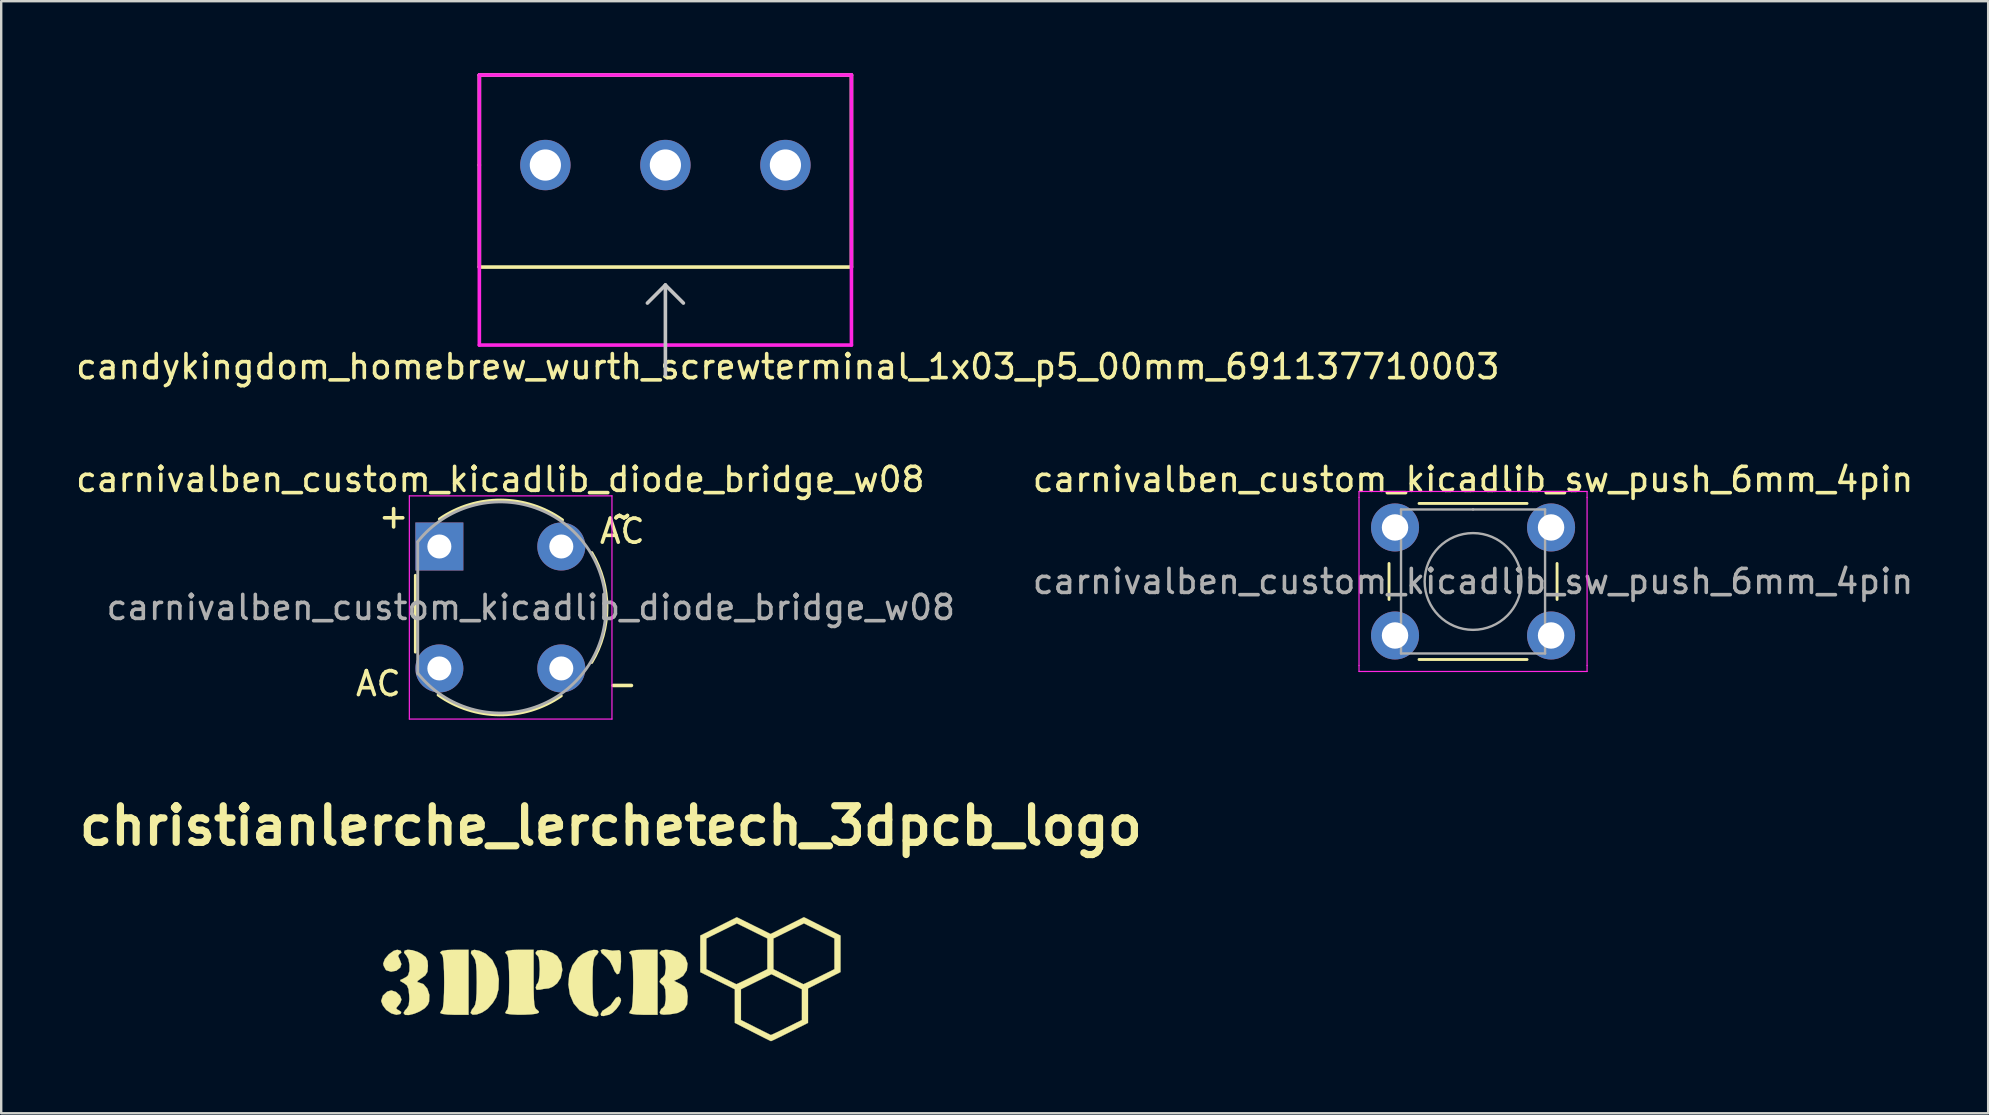
<source format=kicad_pcb>
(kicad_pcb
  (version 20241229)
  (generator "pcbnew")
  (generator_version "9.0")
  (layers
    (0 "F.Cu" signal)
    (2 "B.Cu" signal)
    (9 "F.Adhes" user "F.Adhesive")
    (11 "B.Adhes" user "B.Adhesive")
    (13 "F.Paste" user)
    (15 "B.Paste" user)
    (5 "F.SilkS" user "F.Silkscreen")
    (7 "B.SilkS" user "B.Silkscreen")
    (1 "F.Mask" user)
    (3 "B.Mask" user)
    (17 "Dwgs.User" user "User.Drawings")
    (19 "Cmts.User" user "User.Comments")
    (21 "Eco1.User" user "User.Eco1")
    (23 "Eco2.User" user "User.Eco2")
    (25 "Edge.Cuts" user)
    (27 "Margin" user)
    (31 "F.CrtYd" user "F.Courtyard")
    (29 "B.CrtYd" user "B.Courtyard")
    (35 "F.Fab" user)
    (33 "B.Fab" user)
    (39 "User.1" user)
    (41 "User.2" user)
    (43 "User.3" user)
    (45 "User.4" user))
  (footprint "christianlerche_lerchetech_3dpcb_logo"
    (layer "F.Cu")
    (at 22.396 37.699)
    (property "Reference" "christianlerche_lerchetech_3dpcb_logo" (at 0 -6.35 0) (layer "F.SilkS") (effects (font (size 1.524 1.524) (thickness 0.3))))
    (attr through_hole)
    (fp_poly (pts (xy -8.752 -1.145) (xy -8.727 -1.062) (xy -8.817 -0.998) (xy -8.863 -0.925) (xy -8.796 -0.779) (xy -8.725 -0.589) (xy -8.772 -0.444) (xy -8.936 -0.313) (xy -9.157 -0.271) (xy -9.352 -0.33) (xy -9.377 -0.352) (xy -9.469 -0.525) (xy -9.483 -0.613) (xy -9.414 -0.802) (xy -9.248 -0.998) (xy -9.043 -1.144) (xy -8.894 -1.185) (xy -8.752 -1.145)) (stroke (width 0.01) (type solid)) (fill yes) (layer "F.SilkS"))
    (fp_poly (pts (xy 0.413 0.852) (xy 0.423 0.935) (xy 0.367 1.09) (xy 0.231 1.278) (xy 0.067 1.442) (xy -0.075 1.523) (xy -0.09 1.524) (xy -0.219 1.551) (xy -0.289 1.575) (xy -0.402 1.567) (xy -0.423 1.489) (xy -0.352 1.359) (xy -0.211 1.27) (xy -0.013 1.131) (xy 0.099 0.975) (xy 0.216 0.812) (xy 0.335 0.769) (xy 0.413 0.852)) (stroke (width 0.01) (type solid)) (fill yes) (layer "F.SilkS"))
    (fp_poly (pts (xy -0.173 -1.186) (xy 0.066 -1.148) (xy 0.25 -1.16) (xy 0.345 -1.171) (xy 0.397 -1.118) (xy 0.419 -0.965) (xy 0.423 -0.687) (xy 0.401 -0.368) (xy 0.341 -0.191) (xy 0.254 -0.165) (xy 0.153 -0.296) (xy 0.084 -0.469) (xy -0.039 -0.709) (xy -0.204 -0.891) (xy -0.219 -0.902) (xy -0.39 -1.051) (xy -0.424 -1.163) (xy -0.327 -1.211) (xy -0.173 -1.186)) (stroke (width 0.01) (type solid)) (fill yes) (layer "F.SilkS"))
    (fp_poly (pts (xy -8.949 0.572) (xy -8.785 0.723) (xy -8.721 0.889) (xy -8.776 1.038) (xy -8.854 1.137) (xy -8.943 1.245) (xy -8.903 1.301) (xy -8.854 1.322) (xy -8.731 1.408) (xy -8.76 1.488) (xy -8.927 1.524) (xy -8.936 1.524) (xy -9.144 1.465) (xy -9.352 1.324) (xy -9.36 1.316) (xy -9.502 1.127) (xy -9.567 0.951) (xy -9.567 0.941) (xy -9.495 0.722) (xy -9.319 0.558) (xy -9.144 0.508) (xy -8.949 0.572)) (stroke (width 0.01) (type solid)) (fill yes) (layer "F.SilkS"))
    (fp_poly (pts (xy -5.927 1.524) (xy -6.519 1.524) (xy -6.811 1.514) (xy -7.023 1.486) (xy -7.112 1.448) (xy -7.112 1.444) (xy -7.05 1.33) (xy -7.027 1.312) (xy -6.993 1.209) (xy -6.966 0.964) (xy -6.949 0.605) (xy -6.943 0.169) (xy -6.949 -0.276) (xy -6.967 -0.633) (xy -6.994 -0.875) (xy -7.027 -0.974) (xy -7.117 -1.068) (xy -7.044 -1.136) (xy -6.813 -1.175) (xy -6.519 -1.185) (xy -5.927 -1.185) (xy -5.927 1.524)) (stroke (width 0.01) (type solid)) (fill yes) (layer "F.SilkS"))
    (fp_poly (pts (xy 1.947 1.524) (xy 1.355 1.524) (xy 1.063 1.514) (xy 0.851 1.486) (xy 0.762 1.448) (xy 0.762 1.444) (xy 0.824 1.33) (xy 0.847 1.312) (xy 0.881 1.209) (xy 0.908 0.964) (xy 0.925 0.605) (xy 0.931 0.169) (xy 0.925 -0.276) (xy 0.907 -0.633) (xy 0.88 -0.875) (xy 0.847 -0.974) (xy 0.757 -1.068) (xy 0.83 -1.136) (xy 1.061 -1.175) (xy 1.355 -1.185) (xy 1.947 -1.185) (xy 1.947 1.524)) (stroke (width 0.01) (type solid)) (fill yes) (layer "F.SilkS"))
    (fp_poly (pts (xy -2.664 -1.139) (xy -2.429 -1.053) (xy -2.236 -0.924) (xy -2.235 -0.924) (xy -2.07 -0.663) (xy -2.021 -0.34) (xy -2.088 -0.018) (xy -2.24 0.216) (xy -2.424 0.358) (xy -2.59 0.424) (xy -2.6 0.424) (xy -2.807 0.447) (xy -2.942 0.477) (xy -3.093 0.484) (xy -3.133 0.396) (xy -3.085 0.248) (xy -3.048 0.212) (xy -3.004 0.106) (xy -2.974 -0.119) (xy -2.963 -0.386) (xy -2.975 -0.672) (xy -3.007 -0.867) (xy -3.048 -0.931) (xy -3.121 -1.001) (xy -3.133 -1.069) (xy -3.064 -1.156) (xy -2.892 -1.176) (xy -2.664 -1.139)) (stroke (width 0.01) (type solid)) (fill yes) (layer "F.SilkS"))
    (fp_poly (pts (xy -0.569 -1.17) (xy -0.512 -1.103) (xy -0.578 -0.984) (xy -0.635 -0.931) (xy -0.692 -0.846) (xy -0.73 -0.686) (xy -0.752 -0.423) (xy -0.761 -0.029) (xy -0.762 0.169) (xy -0.757 0.623) (xy -0.741 0.934) (xy -0.71 1.132) (xy -0.66 1.244) (xy -0.635 1.27) (xy -0.531 1.409) (xy -0.517 1.54) (xy -0.597 1.602) (xy -0.614 1.601) (xy -0.768 1.573) (xy -0.964 1.521) (xy -1.301 1.34) (xy -1.55 1.048) (xy -1.707 0.679) (xy -1.77 0.269) (xy -1.736 -0.148) (xy -1.602 -0.536) (xy -1.365 -0.861) (xy -1.169 -1.014) (xy -0.928 -1.13) (xy -0.717 -1.18) (xy -0.569 -1.17)) (stroke (width 0.01) (type solid)) (fill yes) (layer "F.SilkS"))
    (fp_poly (pts (xy -5.482 -1.146) (xy -5.228 -1.028) (xy -5.204 -1.014) (xy -4.938 -0.758) (xy -4.755 -0.394) (xy -4.666 0.031) (xy -4.682 0.471) (xy -4.772 0.79) (xy -4.917 1.03) (xy -5.122 1.262) (xy -5.16 1.295) (xy -5.372 1.433) (xy -5.588 1.511) (xy -5.759 1.52) (xy -5.841 1.451) (xy -5.842 1.433) (xy -5.788 1.304) (xy -5.715 1.216) (xy -5.655 1.111) (xy -5.616 0.925) (xy -5.595 0.627) (xy -5.588 0.19) (xy -5.588 0.169) (xy -5.594 -0.274) (xy -5.614 -0.577) (xy -5.653 -0.767) (xy -5.712 -0.874) (xy -5.715 -0.877) (xy -5.83 -1.041) (xy -5.811 -1.145) (xy -5.686 -1.183) (xy -5.482 -1.146)) (stroke (width 0.01) (type solid)) (fill yes) (layer "F.SilkS"))
    (fp_poly (pts (xy -3.217 0.033) (xy -3.215 0.522) (xy -3.205 0.866) (xy -3.186 1.092) (xy -3.155 1.225) (xy -3.109 1.29) (xy -3.085 1.303) (xy -2.997 1.387) (xy -3.005 1.439) (xy -3.107 1.479) (xy -3.32 1.507) (xy -3.599 1.52) (xy -3.894 1.521) (xy -4.158 1.507) (xy -4.343 1.48) (xy -4.403 1.444) (xy -4.341 1.33) (xy -4.318 1.312) (xy -4.284 1.209) (xy -4.257 0.964) (xy -4.239 0.605) (xy -4.233 0.169) (xy -4.24 -0.276) (xy -4.257 -0.633) (xy -4.284 -0.875) (xy -4.318 -0.974) (xy -4.407 -1.068) (xy -4.334 -1.136) (xy -4.103 -1.175) (xy -3.81 -1.185) (xy -3.217 -1.185) (xy -3.217 0.033)) (stroke (width 0.01) (type solid)) (fill yes) (layer "F.SilkS"))
    (fp_poly (pts (xy -8.27 -1.168) (xy -8.038 -1.092) (xy -7.895 -1.017) (xy -7.712 -0.879) (xy -7.634 -0.717) (xy -7.62 -0.508) (xy -7.641 -0.267) (xy -7.733 -0.115) (xy -7.895 0.001) (xy -8.05 0.113) (xy -8.056 0.166) (xy -8.025 0.169) (xy -7.807 0.244) (xy -7.644 0.436) (xy -7.559 0.695) (xy -7.571 0.972) (xy -7.623 1.105) (xy -7.753 1.251) (xy -7.958 1.381) (xy -8.192 1.48) (xy -8.412 1.534) (xy -8.574 1.528) (xy -8.636 1.45) (xy -8.578 1.34) (xy -8.505 1.267) (xy -8.42 1.125) (xy -8.394 0.87) (xy -8.399 0.729) (xy -8.429 0.458) (xy -8.493 0.301) (xy -8.617 0.205) (xy -8.633 0.197) (xy -8.772 0.119) (xy -8.768 0.071) (xy -8.675 0.032) (xy -8.509 -0.06) (xy -8.447 -0.121) (xy -8.391 -0.303) (xy -8.388 -0.552) (xy -8.431 -0.789) (xy -8.509 -0.931) (xy -8.616 -1.063) (xy -8.591 -1.149) (xy -8.465 -1.186) (xy -8.27 -1.168)) (stroke (width 0.01) (type solid)) (fill yes) (layer "F.SilkS"))
    (fp_poly (pts (xy 2.53 -1.167) (xy 2.782 -1.101) (xy 2.882 -1.057) (xy 3.101 -0.863) (xy 3.195 -0.607) (xy 3.165 -0.336) (xy 3.012 -0.101) (xy 2.841 0.013) (xy 2.631 0.109) (xy 2.903 0.245) (xy 3.076 0.353) (xy 3.162 0.493) (xy 3.197 0.728) (xy 3.2 0.766) (xy 3.177 1.092) (xy 3.047 1.313) (xy 2.79 1.446) (xy 2.456 1.505) (xy 2.198 1.52) (xy 2.069 1.495) (xy 2.032 1.422) (xy 2.032 1.417) (xy 2.1 1.276) (xy 2.159 1.239) (xy 2.244 1.139) (xy 2.282 0.909) (xy 2.286 0.762) (xy 2.266 0.467) (xy 2.202 0.313) (xy 2.159 0.285) (xy 2.047 0.183) (xy 2.032 0.127) (xy 2.1 0.004) (xy 2.159 -0.031) (xy 2.25 -0.144) (xy 2.285 -0.4) (xy 2.286 -0.466) (xy 2.26 -0.751) (xy 2.18 -0.89) (xy 2.159 -0.901) (xy 2.046 -1.007) (xy 2.032 -1.067) (xy 2.104 -1.151) (xy 2.287 -1.184) (xy 2.53 -1.167)) (stroke (width 0.01) (type solid)) (fill yes) (layer "F.SilkS"))
    (fp_poly (pts (xy 8.805 -2.159) (xy 9.567 -1.776) (xy 9.567 -0.256) (xy 8.89 0.085) (xy 8.213 0.425) (xy 8.213 1.861) (xy 7.452 2.243) (xy 7.131 2.403) (xy 6.872 2.529) (xy 6.709 2.605) (xy 6.669 2.62) (xy 6.589 2.583) (xy 6.392 2.485) (xy 6.111 2.343) (xy 5.905 2.238) (xy 5.165 1.861) (xy 5.165 0.461) (xy 5.163 0.46) (xy 5.419 0.46) (xy 5.419 1.741) (xy 6.032 2.051) (xy 6.319 2.195) (xy 6.539 2.304) (xy 6.656 2.362) (xy 6.666 2.366) (xy 6.745 2.333) (xy 6.94 2.242) (xy 7.213 2.11) (xy 7.322 2.056) (xy 7.959 1.741) (xy 7.959 0.46) (xy 7.324 0.146) (xy 6.689 -0.168) (xy 6.054 0.146) (xy 5.419 0.46) (xy 5.163 0.46) (xy 3.725 -0.253) (xy 3.725 -1.656) (xy 3.979 -1.656) (xy 3.979 -0.376) (xy 4.593 -0.066) (xy 4.879 0.078) (xy 5.1 0.188) (xy 5.217 0.245) (xy 5.227 0.249) (xy 5.306 0.216) (xy 5.501 0.125) (xy 5.774 -0.007) (xy 5.883 -0.061) (xy 6.519 -0.376) (xy 6.519 -1.656) (xy 6.773 -1.656) (xy 6.773 -0.376) (xy 7.387 -0.066) (xy 7.673 0.078) (xy 7.894 0.188) (xy 8.011 0.245) (xy 8.021 0.249) (xy 8.1 0.216) (xy 8.295 0.125) (xy 8.568 -0.007) (xy 8.677 -0.061) (xy 9.313 -0.376) (xy 9.313 -1.656) (xy 8.043 -2.285) (xy 6.773 -1.656) (xy 6.519 -1.656) (xy 5.249 -2.285) (xy 3.979 -1.656) (xy 3.725 -1.656) (xy 3.725 -1.776) (xy 4.486 -2.158) (xy 5.246 -2.54) (xy 5.95 -2.191) (xy 6.653 -1.843) (xy 8.043 -2.542) (xy 8.805 -2.159)) (stroke (width 0.01) (type solid)) (fill yes) (layer "F.SilkS")))
  (footprint "candykingdom_homebrew_wurth_screwterminal_1x03_p5_00mm_691137710003"
    (layer "F.Cu")
    (at 19.668 3.825)
    (property "Reference" "candykingdom_homebrew_wurth_screwterminal_1x03_p5_00mm_691137710003" (at 10.1 8.4 0) (layer "F.SilkS") (effects (font (size 1 1) (thickness 0.15))))
    (attr through_hole)
    (fp_line (start -2.75 -3.75) (end -2.75 0) (stroke (width 0.15) (type solid)) (layer "F.SilkS"))
    (fp_line (start -2.75 0) (end -2.75 4.25) (stroke (width 0.15) (type solid)) (layer "F.SilkS"))
    (fp_line (start -2.75 4.25) (end 12.75 4.25) (stroke (width 0.15) (type solid)) (layer "F.SilkS"))
    (fp_line (start 12.75 -3.75) (end -2.75 -3.75) (stroke (width 0.15) (type solid)) (layer "F.SilkS"))
    (fp_line (start 12.75 4.25) (end 12.75 -3.75) (stroke (width 0.15) (type solid)) (layer "F.SilkS"))
    (fp_line (start 5 5) (end 4.25 5.75) (stroke (width 0.15) (type solid)) (layer "Dwgs.User"))
    (fp_line (start 5 5) (end 5.75 5.75) (stroke (width 0.15) (type solid)) (layer "Dwgs.User"))
    (fp_line (start 5 8.75) (end 5 5) (stroke (width 0.15) (type solid)) (layer "Dwgs.User"))
    (fp_line (start -2.75 -3.75) (end -2.75 7.5) (stroke (width 0.15) (type solid)) (layer "F.CrtYd"))
    (fp_line (start -2.75 7.5) (end 12.75 7.5) (stroke (width 0.15) (type solid)) (layer "F.CrtYd"))
    (fp_line (start 12.75 -3.75) (end -2.75 -3.75) (stroke (width 0.15) (type solid)) (layer "F.CrtYd"))
    (fp_line (start 12.75 7.5) (end 12.75 -3.75) (stroke (width 0.15) (type solid)) (layer "F.CrtYd"))
    (pad "1" thru_hole circle (at 0 0) (size 2.1 2.1) (drill 1.3) (layers "*.Cu" "*.Mask"))
    (pad "2" thru_hole circle (at 5 0) (size 2.1 2.1) (drill 1.3) (layers "*.Cu" "*.Mask"))
    (pad "3" thru_hole circle (at 10 0) (size 2.1 2.1) (drill 1.3) (layers "*.Cu" "*.Mask")))
  (footprint "carnivalben_custom_kicadlib_sw_push_6mm_4pin"
    (layer "F.Cu")
    (at 55.062 18.922)
    (property "Reference" "carnivalben_custom_kicadlib_sw_push_6mm_4pin" (at 3.25 -2 0) (layer "F.SilkS") (effects (font (size 1 1) (thickness 0.15))))
    (attr through_hole)
    (fp_line (start -0.25 1.5) (end -0.25 3) (stroke (width 0.12) (type solid)) (layer "F.SilkS"))
    (fp_line (start 1 5.5) (end 5.5 5.5) (stroke (width 0.12) (type solid)) (layer "F.SilkS"))
    (fp_line (start 5.5 -1) (end 1 -1) (stroke (width 0.12) (type solid)) (layer "F.SilkS"))
    (fp_line (start 6.75 3) (end 6.75 1.5) (stroke (width 0.12) (type solid)) (layer "F.SilkS"))
    (fp_line (start -1.5 -1.5) (end -1.25 -1.5) (stroke (width 0.05) (type solid)) (layer "F.CrtYd"))
    (fp_line (start -1.5 -1.25) (end -1.5 -1.5) (stroke (width 0.05) (type solid)) (layer "F.CrtYd"))
    (fp_line (start -1.5 5.75) (end -1.5 -1.25) (stroke (width 0.05) (type solid)) (layer "F.CrtYd"))
    (fp_line (start -1.5 5.75) (end -1.5 6) (stroke (width 0.05) (type solid)) (layer "F.CrtYd"))
    (fp_line (start -1.5 6) (end -1.25 6) (stroke (width 0.05) (type solid)) (layer "F.CrtYd"))
    (fp_line (start -1.25 -1.5) (end 7.75 -1.5) (stroke (width 0.05) (type solid)) (layer "F.CrtYd"))
    (fp_line (start 7.75 -1.5) (end 8 -1.5) (stroke (width 0.05) (type solid)) (layer "F.CrtYd"))
    (fp_line (start 7.75 6) (end -1.25 6) (stroke (width 0.05) (type solid)) (layer "F.CrtYd"))
    (fp_line (start 7.75 6) (end 8 6) (stroke (width 0.05) (type solid)) (layer "F.CrtYd"))
    (fp_line (start 8 -1.5) (end 8 -1.25) (stroke (width 0.05) (type solid)) (layer "F.CrtYd"))
    (fp_line (start 8 -1.25) (end 8 5.75) (stroke (width 0.05) (type solid)) (layer "F.CrtYd"))
    (fp_line (start 8 6) (end 8 5.75) (stroke (width 0.05) (type solid)) (layer "F.CrtYd"))
    (fp_line (start 0.25 -0.75) (end 3.25 -0.75) (stroke (width 0.1) (type solid)) (layer "F.Fab"))
    (fp_line (start 0.25 5.25) (end 0.25 -0.75) (stroke (width 0.1) (type solid)) (layer "F.Fab"))
    (fp_line (start 3.25 -0.75) (end 6.25 -0.75) (stroke (width 0.1) (type solid)) (layer "F.Fab"))
    (fp_line (start 6.25 -0.75) (end 6.25 5.25) (stroke (width 0.1) (type solid)) (layer "F.Fab"))
    (fp_line (start 6.25 5.25) (end 0.25 5.25) (stroke (width 0.1) (type solid)) (layer "F.Fab"))
    (fp_circle (center 3.25 2.25) (end 1.25 2.5) (stroke (width 0.1) (type solid)) (fill no) (layer "F.Fab"))
    (fp_text user "${REFERENCE}" (at 3.25 2.25 0) (layer "F.Fab") (effects (font (size 1 1) (thickness 0.15))))
    (pad "1" thru_hole circle (at 0 0 90) (size 2 2) (drill 1.1) (layers "*.Cu" "*.Mask"))
    (pad "2" thru_hole circle (at 0 4.5 90) (size 2 2) (drill 1.1) (layers "*.Cu" "*.Mask"))
    (pad "3" thru_hole circle (at 6.5 0 90) (size 2 2) (drill 1.1) (layers "*.Cu" "*.Mask"))
    (pad "4" thru_hole circle (at 6.5 4.5 90) (size 2 2) (drill 1.1) (layers "*.Cu" "*.Mask")))
  (footprint "carnivalben_custom_kicadlib_diode_bridge_w08"
    (layer "F.Cu")
    (at 15.252 19.715)
    (property "Reference" "carnivalben_custom_kicadlib_diode_bridge_w08" (at 2.54 -2.794 0) (layer "F.SilkS") (effects (font (size 1 1) (thickness 0.15))))
    (attr through_hole)
    (fp_line (start -1 1.2) (end -1 4.4) (stroke (width 0.12) (type solid)) (layer "F.SilkS"))
    (fp_arc (start 0 -1.143) (mid 2.571836 -1.933821) (end 5.132157 -1.106479) (stroke (width 0.12) (type solid)) (layer "F.SilkS"))
    (fp_arc (start 5.08 6.223) (mid 2.508164 7.013821) (end -0.052157 6.186479) (stroke (width 0.12) (type solid)) (layer "F.SilkS"))
    (fp_arc (start 6.35 0.254) (mid 6.983184 2.54281) (end 6.347105 4.830818) (stroke (width 0.12) (type solid)) (layer "F.SilkS"))
    (fp_line (start -1.25 -2.11) (end -1.25 7.19) (stroke (width 0.05) (type solid)) (layer "F.CrtYd"))
    (fp_line (start -1.25 -2.11) (end 7.19 -2.11) (stroke (width 0.05) (type solid)) (layer "F.CrtYd"))
    (fp_line (start 7.19 7.19) (end -1.25 7.19) (stroke (width 0.05) (type solid)) (layer "F.CrtYd"))
    (fp_line (start 7.19 7.19) (end 7.19 -2.11) (stroke (width 0.05) (type solid)) (layer "F.CrtYd"))
    (fp_line (start -0.9 -0.2) (end -0.9 5.3) (stroke (width 0.12) (type solid)) (layer "F.Fab"))
    (fp_arc (start -0.9 -0.2) (mid 6.937862 2.542896) (end -0.903606 5.275467) (stroke (width 0.12) (type solid)) (layer "F.Fab"))
    (fp_text user "AC" (at 7.62 -0.635 0) (layer "F.SilkS") (effects (font (size 1 1) (thickness 0.15))))
    (fp_text user "-" (at 7.62 5.715 0) (layer "F.SilkS") (effects (font (size 1 1) (thickness 0.15))))
    (fp_text user "+" (at -1.905 -1.27 0) (layer "F.SilkS") (effects (font (size 1 1) (thickness 0.15))))
    (fp_text user "~" (at 7.62 -1.27 0) (layer "F.SilkS") (effects (font (size 1 1) (thickness 0.15))))
    (fp_text user "AC" (at -2.54 5.715 0) (layer "F.SilkS") (effects (font (size 1 1) (thickness 0.15))))
    (fp_text user "~" (at 7.62 -1.27 0) (layer "F.SilkS") (effects (font (size 1 1) (thickness 0.15))))
    (fp_text user "${REFERENCE}" (at 3.81 2.54 0) (layer "F.Fab") (effects (font (size 1 1) (thickness 0.15))))
    (pad "1" thru_hole rect (at 0 0) (size 2 2) (drill 1) (layers "*.Cu" "*.Mask"))
    (pad "2" thru_hole oval (at 5.08 5.08) (size 2 2) (drill 1) (layers "*.Cu" "*.Mask"))
    (pad "3" thru_hole oval (at 5.08 0) (size 2 2) (drill 1) (layers "*.Cu" "*.Mask"))
    (pad "4" thru_hole oval (at 0 5.08) (size 2 2) (drill 1) (layers "*.Cu" "*.Mask")))
  (gr_rect
    (start -3 -3)
    (end 79.77 43.324)
    (stroke (width 0.1) (type default))
    (fill no)
    (layer "Edge.Cuts")))
</source>
